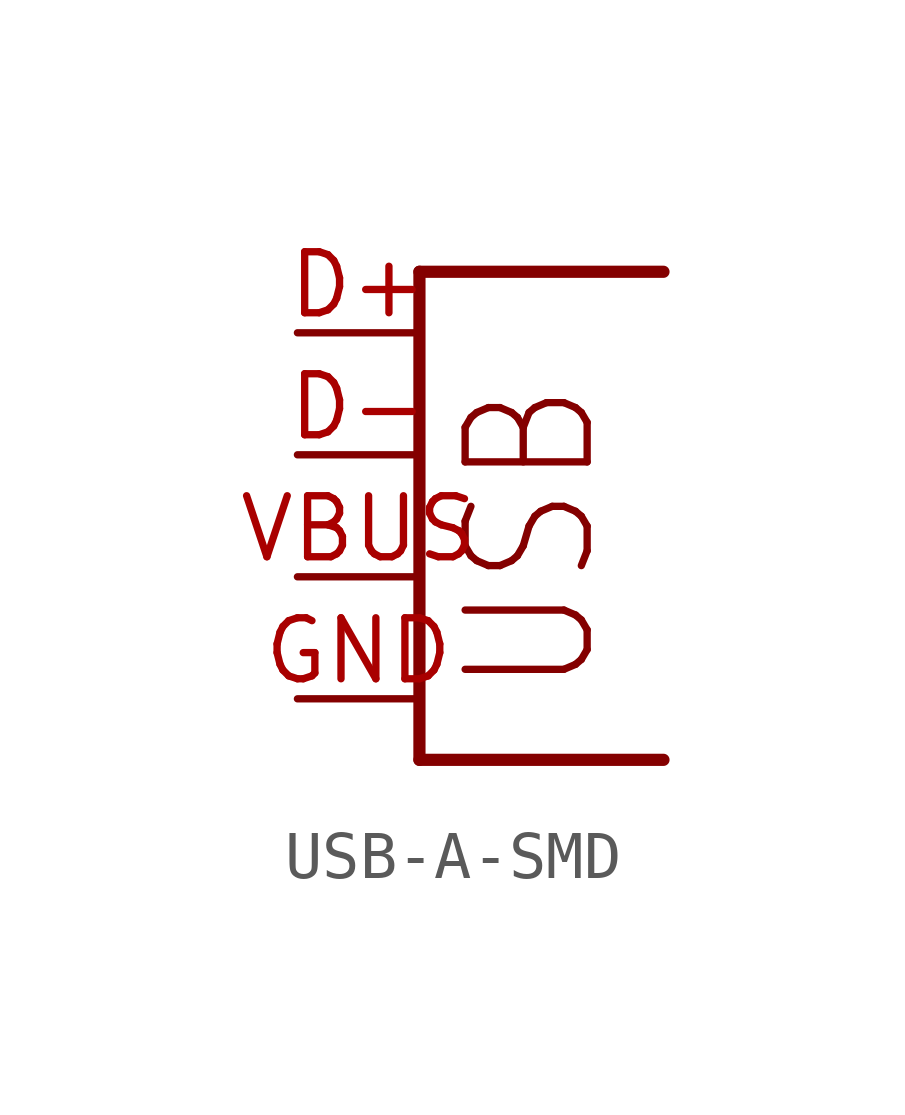
<source format=kicad_sym>
(kicad_symbol_lib
  (version 20231120)
  (generator "kicad_symbol_editor")
  (generator_version "8.0")
  (symbol "USB-A-SMD"
    (property "Reference" "JP"
      (at 0 0 0)
      (effects (font (size 1.27 1.27)) (hide yes)))
    (property "ki_locked" ""
      (at 0 0 0)
      (effects (font (size 1.27 1.27))))
    (symbol "USB-A-SMD_1_0"
      (polyline (pts (xy 0 -1.27) (xy 5.08 -1.27)) (stroke (width 0.254) (type solid)) (fill (type none)))
      (polyline (pts (xy 0 8.89) (xy 0 -1.27)) (stroke (width 0.254) (type solid)) (fill (type none)))
      (polyline (pts (xy 5.08 8.89) (xy 0 8.89)) (stroke (width 0.254) (type solid)) (fill (type none)))
      (text "USB" (at 3.81 0 900) (effects (font (size 2.54 2.159)) (justify left bottom)))
      (pin bidirectional line (at -2.54 7.62 0) (length 2.54) (name "D+" (effects (font (size 0 0)))) (number "D+" (effects (font (size 1.27 1.27)))))
      (pin bidirectional line (at -2.54 5.08 0) (length 2.54) (name "D-" (effects (font (size 0 0)))) (number "D-" (effects (font (size 1.27 1.27)))))
      (pin bidirectional line (at -2.54 0 0) (length 2.54) (name "GND" (effects (font (size 0 0)))) (number "GND" (effects (font (size 1.27 1.27)))))
      (pin bidirectional line (at -2.54 2.54 0) (length 2.54) (name "VBUS" (effects (font (size 0 0)))) (number "VBUS" (effects (font (size 1.27 1.27))))))))
</source>
